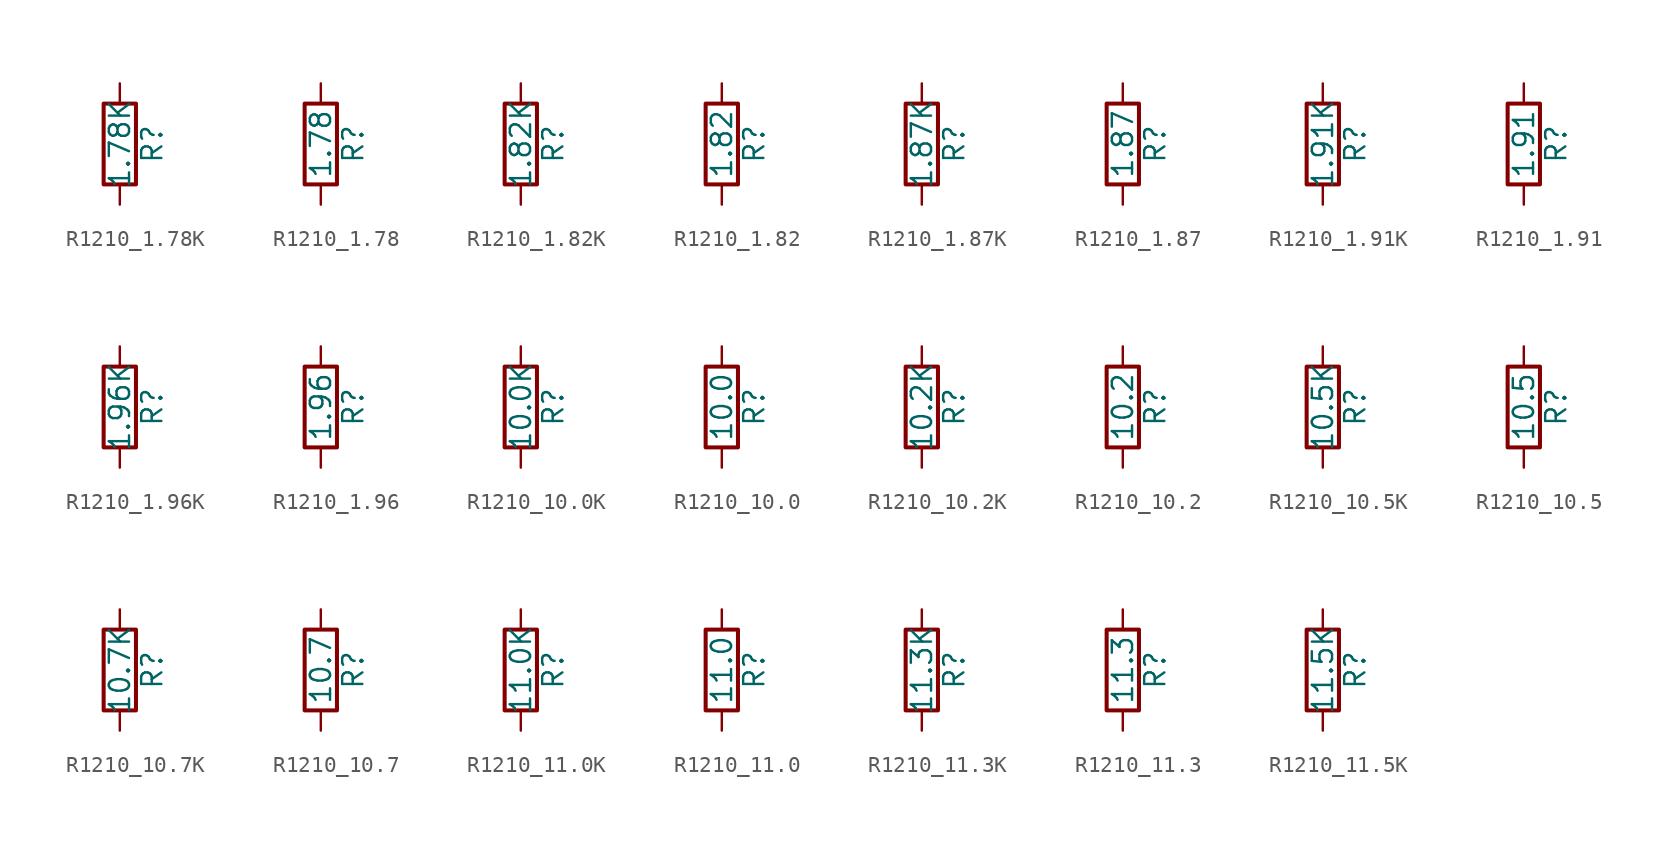
<source format=kicad_sym>
(kicad_symbol_lib
  (version 20211014)
  (generator atlantix-eda)
  (symbol "R1210_1.78K"
    (pin_numbers hide)
    (pin_names
      (offset 0))
    (property "Reference" "R"
      (at 2.032 0 90)
      (effects (font (size 1.27 1.27))))
    (property "Value" "1.78K"
      (at 0 0 90)
      (effects (font (size 1.27 1.27))))
    (symbol "R1210_1.78K_0_1"
      (rectangle (start -1.016 -2.54) (end 1.016 2.54) (stroke (width 0.254) (type default) (color 0 0 0 0)) (fill (type none))))
    (symbol "R1210_1.78K_1_1"
      (pin passive line (at 0 3.81 270) (length 1.27) (name "~" (effects (font (size 1.27 1.27)))) (number "1" (effects (font (size 1.27 1.27)))))
      (pin passive line (at 0 -3.81 90) (length 1.27) (name "~" (effects (font (size 1.27 1.27)))) (number "2" (effects (font (size 1.27 1.27)))))))
  (symbol "R1210_1.78"
    (pin_numbers hide)
    (pin_names
      (offset 0))
    (property "Reference" "R"
      (at 2.032 0 90)
      (effects (font (size 1.27 1.27))))
    (property "Value" "1.78"
      (at 0 0 90)
      (effects (font (size 1.27 1.27))))
    (symbol "R1210_1.78_0_1"
      (rectangle (start -1.016 -2.54) (end 1.016 2.54) (stroke (width 0.254) (type default) (color 0 0 0 0)) (fill (type none))))
    (symbol "R1210_1.78_1_1"
      (pin passive line (at 0 3.81 270) (length 1.27) (name "~" (effects (font (size 1.27 1.27)))) (number "1" (effects (font (size 1.27 1.27)))))
      (pin passive line (at 0 -3.81 90) (length 1.27) (name "~" (effects (font (size 1.27 1.27)))) (number "2" (effects (font (size 1.27 1.27)))))))
  (symbol "R1210_1.82K"
    (pin_numbers hide)
    (pin_names
      (offset 0))
    (property "Reference" "R"
      (at 2.032 0 90)
      (effects (font (size 1.27 1.27))))
    (property "Value" "1.82K"
      (at 0 0 90)
      (effects (font (size 1.27 1.27))))
    (symbol "R1210_1.82K_0_1"
      (rectangle (start -1.016 -2.54) (end 1.016 2.54) (stroke (width 0.254) (type default) (color 0 0 0 0)) (fill (type none))))
    (symbol "R1210_1.82K_1_1"
      (pin passive line (at 0 3.81 270) (length 1.27) (name "~" (effects (font (size 1.27 1.27)))) (number "1" (effects (font (size 1.27 1.27)))))
      (pin passive line (at 0 -3.81 90) (length 1.27) (name "~" (effects (font (size 1.27 1.27)))) (number "2" (effects (font (size 1.27 1.27)))))))
  (symbol "R1210_1.82"
    (pin_numbers hide)
    (pin_names
      (offset 0))
    (property "Reference" "R"
      (at 2.032 0 90)
      (effects (font (size 1.27 1.27))))
    (property "Value" "1.82"
      (at 0 0 90)
      (effects (font (size 1.27 1.27))))
    (symbol "R1210_1.82_0_1"
      (rectangle (start -1.016 -2.54) (end 1.016 2.54) (stroke (width 0.254) (type default) (color 0 0 0 0)) (fill (type none))))
    (symbol "R1210_1.82_1_1"
      (pin passive line (at 0 3.81 270) (length 1.27) (name "~" (effects (font (size 1.27 1.27)))) (number "1" (effects (font (size 1.27 1.27)))))
      (pin passive line (at 0 -3.81 90) (length 1.27) (name "~" (effects (font (size 1.27 1.27)))) (number "2" (effects (font (size 1.27 1.27)))))))
  (symbol "R1210_1.87K"
    (pin_numbers hide)
    (pin_names
      (offset 0))
    (property "Reference" "R"
      (at 2.032 0 90)
      (effects (font (size 1.27 1.27))))
    (property "Value" "1.87K"
      (at 0 0 90)
      (effects (font (size 1.27 1.27))))
    (symbol "R1210_1.87K_0_1"
      (rectangle (start -1.016 -2.54) (end 1.016 2.54) (stroke (width 0.254) (type default) (color 0 0 0 0)) (fill (type none))))
    (symbol "R1210_1.87K_1_1"
      (pin passive line (at 0 3.81 270) (length 1.27) (name "~" (effects (font (size 1.27 1.27)))) (number "1" (effects (font (size 1.27 1.27)))))
      (pin passive line (at 0 -3.81 90) (length 1.27) (name "~" (effects (font (size 1.27 1.27)))) (number "2" (effects (font (size 1.27 1.27)))))))
  (symbol "R1210_1.87"
    (pin_numbers hide)
    (pin_names
      (offset 0))
    (property "Reference" "R"
      (at 2.032 0 90)
      (effects (font (size 1.27 1.27))))
    (property "Value" "1.87"
      (at 0 0 90)
      (effects (font (size 1.27 1.27))))
    (symbol "R1210_1.87_0_1"
      (rectangle (start -1.016 -2.54) (end 1.016 2.54) (stroke (width 0.254) (type default) (color 0 0 0 0)) (fill (type none))))
    (symbol "R1210_1.87_1_1"
      (pin passive line (at 0 3.81 270) (length 1.27) (name "~" (effects (font (size 1.27 1.27)))) (number "1" (effects (font (size 1.27 1.27)))))
      (pin passive line (at 0 -3.81 90) (length 1.27) (name "~" (effects (font (size 1.27 1.27)))) (number "2" (effects (font (size 1.27 1.27)))))))
  (symbol "R1210_1.91K"
    (pin_numbers hide)
    (pin_names
      (offset 0))
    (property "Reference" "R"
      (at 2.032 0 90)
      (effects (font (size 1.27 1.27))))
    (property "Value" "1.91K"
      (at 0 0 90)
      (effects (font (size 1.27 1.27))))
    (symbol "R1210_1.91K_0_1"
      (rectangle (start -1.016 -2.54) (end 1.016 2.54) (stroke (width 0.254) (type default) (color 0 0 0 0)) (fill (type none))))
    (symbol "R1210_1.91K_1_1"
      (pin passive line (at 0 3.81 270) (length 1.27) (name "~" (effects (font (size 1.27 1.27)))) (number "1" (effects (font (size 1.27 1.27)))))
      (pin passive line (at 0 -3.81 90) (length 1.27) (name "~" (effects (font (size 1.27 1.27)))) (number "2" (effects (font (size 1.27 1.27)))))))
  (symbol "R1210_1.91"
    (pin_numbers hide)
    (pin_names
      (offset 0))
    (property "Reference" "R"
      (at 2.032 0 90)
      (effects (font (size 1.27 1.27))))
    (property "Value" "1.91"
      (at 0 0 90)
      (effects (font (size 1.27 1.27))))
    (symbol "R1210_1.91_0_1"
      (rectangle (start -1.016 -2.54) (end 1.016 2.54) (stroke (width 0.254) (type default) (color 0 0 0 0)) (fill (type none))))
    (symbol "R1210_1.91_1_1"
      (pin passive line (at 0 3.81 270) (length 1.27) (name "~" (effects (font (size 1.27 1.27)))) (number "1" (effects (font (size 1.27 1.27)))))
      (pin passive line (at 0 -3.81 90) (length 1.27) (name "~" (effects (font (size 1.27 1.27)))) (number "2" (effects (font (size 1.27 1.27)))))))
  (symbol "R1210_1.96K"
    (pin_numbers hide)
    (pin_names
      (offset 0))
    (property "Reference" "R"
      (at 2.032 0 90)
      (effects (font (size 1.27 1.27))))
    (property "Value" "1.96K"
      (at 0 0 90)
      (effects (font (size 1.27 1.27))))
    (symbol "R1210_1.96K_0_1"
      (rectangle (start -1.016 -2.54) (end 1.016 2.54) (stroke (width 0.254) (type default) (color 0 0 0 0)) (fill (type none))))
    (symbol "R1210_1.96K_1_1"
      (pin passive line (at 0 3.81 270) (length 1.27) (name "~" (effects (font (size 1.27 1.27)))) (number "1" (effects (font (size 1.27 1.27)))))
      (pin passive line (at 0 -3.81 90) (length 1.27) (name "~" (effects (font (size 1.27 1.27)))) (number "2" (effects (font (size 1.27 1.27)))))))
  (symbol "R1210_1.96"
    (pin_numbers hide)
    (pin_names
      (offset 0))
    (property "Reference" "R"
      (at 2.032 0 90)
      (effects (font (size 1.27 1.27))))
    (property "Value" "1.96"
      (at 0 0 90)
      (effects (font (size 1.27 1.27))))
    (symbol "R1210_1.96_0_1"
      (rectangle (start -1.016 -2.54) (end 1.016 2.54) (stroke (width 0.254) (type default) (color 0 0 0 0)) (fill (type none))))
    (symbol "R1210_1.96_1_1"
      (pin passive line (at 0 3.81 270) (length 1.27) (name "~" (effects (font (size 1.27 1.27)))) (number "1" (effects (font (size 1.27 1.27)))))
      (pin passive line (at 0 -3.81 90) (length 1.27) (name "~" (effects (font (size 1.27 1.27)))) (number "2" (effects (font (size 1.27 1.27)))))))
  (symbol "R1210_10.0K"
    (pin_numbers hide)
    (pin_names
      (offset 0))
    (property "Reference" "R"
      (at 2.032 0 90)
      (effects (font (size 1.27 1.27))))
    (property "Value" "10.0K"
      (at 0 0 90)
      (effects (font (size 1.27 1.27))))
    (symbol "R1210_10.0K_0_1"
      (rectangle (start -1.016 -2.54) (end 1.016 2.54) (stroke (width 0.254) (type default) (color 0 0 0 0)) (fill (type none))))
    (symbol "R1210_10.0K_1_1"
      (pin passive line (at 0 3.81 270) (length 1.27) (name "~" (effects (font (size 1.27 1.27)))) (number "1" (effects (font (size 1.27 1.27)))))
      (pin passive line (at 0 -3.81 90) (length 1.27) (name "~" (effects (font (size 1.27 1.27)))) (number "2" (effects (font (size 1.27 1.27)))))))
  (symbol "R1210_10.0"
    (pin_numbers hide)
    (pin_names
      (offset 0))
    (property "Reference" "R"
      (at 2.032 0 90)
      (effects (font (size 1.27 1.27))))
    (property "Value" "10.0"
      (at 0 0 90)
      (effects (font (size 1.27 1.27))))
    (symbol "R1210_10.0_0_1"
      (rectangle (start -1.016 -2.54) (end 1.016 2.54) (stroke (width 0.254) (type default) (color 0 0 0 0)) (fill (type none))))
    (symbol "R1210_10.0_1_1"
      (pin passive line (at 0 3.81 270) (length 1.27) (name "~" (effects (font (size 1.27 1.27)))) (number "1" (effects (font (size 1.27 1.27)))))
      (pin passive line (at 0 -3.81 90) (length 1.27) (name "~" (effects (font (size 1.27 1.27)))) (number "2" (effects (font (size 1.27 1.27)))))))
  (symbol "R1210_10.2K"
    (pin_numbers hide)
    (pin_names
      (offset 0))
    (property "Reference" "R"
      (at 2.032 0 90)
      (effects (font (size 1.27 1.27))))
    (property "Value" "10.2K"
      (at 0 0 90)
      (effects (font (size 1.27 1.27))))
    (symbol "R1210_10.2K_0_1"
      (rectangle (start -1.016 -2.54) (end 1.016 2.54) (stroke (width 0.254) (type default) (color 0 0 0 0)) (fill (type none))))
    (symbol "R1210_10.2K_1_1"
      (pin passive line (at 0 3.81 270) (length 1.27) (name "~" (effects (font (size 1.27 1.27)))) (number "1" (effects (font (size 1.27 1.27)))))
      (pin passive line (at 0 -3.81 90) (length 1.27) (name "~" (effects (font (size 1.27 1.27)))) (number "2" (effects (font (size 1.27 1.27)))))))
  (symbol "R1210_10.2"
    (pin_numbers hide)
    (pin_names
      (offset 0))
    (property "Reference" "R"
      (at 2.032 0 90)
      (effects (font (size 1.27 1.27))))
    (property "Value" "10.2"
      (at 0 0 90)
      (effects (font (size 1.27 1.27))))
    (symbol "R1210_10.2_0_1"
      (rectangle (start -1.016 -2.54) (end 1.016 2.54) (stroke (width 0.254) (type default) (color 0 0 0 0)) (fill (type none))))
    (symbol "R1210_10.2_1_1"
      (pin passive line (at 0 3.81 270) (length 1.27) (name "~" (effects (font (size 1.27 1.27)))) (number "1" (effects (font (size 1.27 1.27)))))
      (pin passive line (at 0 -3.81 90) (length 1.27) (name "~" (effects (font (size 1.27 1.27)))) (number "2" (effects (font (size 1.27 1.27)))))))
  (symbol "R1210_10.5K"
    (pin_numbers hide)
    (pin_names
      (offset 0))
    (property "Reference" "R"
      (at 2.032 0 90)
      (effects (font (size 1.27 1.27))))
    (property "Value" "10.5K"
      (at 0 0 90)
      (effects (font (size 1.27 1.27))))
    (symbol "R1210_10.5K_0_1"
      (rectangle (start -1.016 -2.54) (end 1.016 2.54) (stroke (width 0.254) (type default) (color 0 0 0 0)) (fill (type none))))
    (symbol "R1210_10.5K_1_1"
      (pin passive line (at 0 3.81 270) (length 1.27) (name "~" (effects (font (size 1.27 1.27)))) (number "1" (effects (font (size 1.27 1.27)))))
      (pin passive line (at 0 -3.81 90) (length 1.27) (name "~" (effects (font (size 1.27 1.27)))) (number "2" (effects (font (size 1.27 1.27)))))))
  (symbol "R1210_10.5"
    (pin_numbers hide)
    (pin_names
      (offset 0))
    (property "Reference" "R"
      (at 2.032 0 90)
      (effects (font (size 1.27 1.27))))
    (property "Value" "10.5"
      (at 0 0 90)
      (effects (font (size 1.27 1.27))))
    (symbol "R1210_10.5_0_1"
      (rectangle (start -1.016 -2.54) (end 1.016 2.54) (stroke (width 0.254) (type default) (color 0 0 0 0)) (fill (type none))))
    (symbol "R1210_10.5_1_1"
      (pin passive line (at 0 3.81 270) (length 1.27) (name "~" (effects (font (size 1.27 1.27)))) (number "1" (effects (font (size 1.27 1.27)))))
      (pin passive line (at 0 -3.81 90) (length 1.27) (name "~" (effects (font (size 1.27 1.27)))) (number "2" (effects (font (size 1.27 1.27)))))))
  (symbol "R1210_10.7K"
    (pin_numbers hide)
    (pin_names
      (offset 0))
    (property "Reference" "R"
      (at 2.032 0 90)
      (effects (font (size 1.27 1.27))))
    (property "Value" "10.7K"
      (at 0 0 90)
      (effects (font (size 1.27 1.27))))
    (symbol "R1210_10.7K_0_1"
      (rectangle (start -1.016 -2.54) (end 1.016 2.54) (stroke (width 0.254) (type default) (color 0 0 0 0)) (fill (type none))))
    (symbol "R1210_10.7K_1_1"
      (pin passive line (at 0 3.81 270) (length 1.27) (name "~" (effects (font (size 1.27 1.27)))) (number "1" (effects (font (size 1.27 1.27)))))
      (pin passive line (at 0 -3.81 90) (length 1.27) (name "~" (effects (font (size 1.27 1.27)))) (number "2" (effects (font (size 1.27 1.27)))))))
  (symbol "R1210_10.7"
    (pin_numbers hide)
    (pin_names
      (offset 0))
    (property "Reference" "R"
      (at 2.032 0 90)
      (effects (font (size 1.27 1.27))))
    (property "Value" "10.7"
      (at 0 0 90)
      (effects (font (size 1.27 1.27))))
    (symbol "R1210_10.7_0_1"
      (rectangle (start -1.016 -2.54) (end 1.016 2.54) (stroke (width 0.254) (type default) (color 0 0 0 0)) (fill (type none))))
    (symbol "R1210_10.7_1_1"
      (pin passive line (at 0 3.81 270) (length 1.27) (name "~" (effects (font (size 1.27 1.27)))) (number "1" (effects (font (size 1.27 1.27)))))
      (pin passive line (at 0 -3.81 90) (length 1.27) (name "~" (effects (font (size 1.27 1.27)))) (number "2" (effects (font (size 1.27 1.27)))))))
  (symbol "R1210_11.0K"
    (pin_numbers hide)
    (pin_names
      (offset 0))
    (property "Reference" "R"
      (at 2.032 0 90)
      (effects (font (size 1.27 1.27))))
    (property "Value" "11.0K"
      (at 0 0 90)
      (effects (font (size 1.27 1.27))))
    (symbol "R1210_11.0K_0_1"
      (rectangle (start -1.016 -2.54) (end 1.016 2.54) (stroke (width 0.254) (type default) (color 0 0 0 0)) (fill (type none))))
    (symbol "R1210_11.0K_1_1"
      (pin passive line (at 0 3.81 270) (length 1.27) (name "~" (effects (font (size 1.27 1.27)))) (number "1" (effects (font (size 1.27 1.27)))))
      (pin passive line (at 0 -3.81 90) (length 1.27) (name "~" (effects (font (size 1.27 1.27)))) (number "2" (effects (font (size 1.27 1.27)))))))
  (symbol "R1210_11.0"
    (pin_numbers hide)
    (pin_names
      (offset 0))
    (property "Reference" "R"
      (at 2.032 0 90)
      (effects (font (size 1.27 1.27))))
    (property "Value" "11.0"
      (at 0 0 90)
      (effects (font (size 1.27 1.27))))
    (symbol "R1210_11.0_0_1"
      (rectangle (start -1.016 -2.54) (end 1.016 2.54) (stroke (width 0.254) (type default) (color 0 0 0 0)) (fill (type none))))
    (symbol "R1210_11.0_1_1"
      (pin passive line (at 0 3.81 270) (length 1.27) (name "~" (effects (font (size 1.27 1.27)))) (number "1" (effects (font (size 1.27 1.27)))))
      (pin passive line (at 0 -3.81 90) (length 1.27) (name "~" (effects (font (size 1.27 1.27)))) (number "2" (effects (font (size 1.27 1.27)))))))
  (symbol "R1210_11.3K"
    (pin_numbers hide)
    (pin_names
      (offset 0))
    (property "Reference" "R"
      (at 2.032 0 90)
      (effects (font (size 1.27 1.27))))
    (property "Value" "11.3K"
      (at 0 0 90)
      (effects (font (size 1.27 1.27))))
    (symbol "R1210_11.3K_0_1"
      (rectangle (start -1.016 -2.54) (end 1.016 2.54) (stroke (width 0.254) (type default) (color 0 0 0 0)) (fill (type none))))
    (symbol "R1210_11.3K_1_1"
      (pin passive line (at 0 3.81 270) (length 1.27) (name "~" (effects (font (size 1.27 1.27)))) (number "1" (effects (font (size 1.27 1.27)))))
      (pin passive line (at 0 -3.81 90) (length 1.27) (name "~" (effects (font (size 1.27 1.27)))) (number "2" (effects (font (size 1.27 1.27)))))))
  (symbol "R1210_11.3"
    (pin_numbers hide)
    (pin_names
      (offset 0))
    (property "Reference" "R"
      (at 2.032 0 90)
      (effects (font (size 1.27 1.27))))
    (property "Value" "11.3"
      (at 0 0 90)
      (effects (font (size 1.27 1.27))))
    (symbol "R1210_11.3_0_1"
      (rectangle (start -1.016 -2.54) (end 1.016 2.54) (stroke (width 0.254) (type default) (color 0 0 0 0)) (fill (type none))))
    (symbol "R1210_11.3_1_1"
      (pin passive line (at 0 3.81 270) (length 1.27) (name "~" (effects (font (size 1.27 1.27)))) (number "1" (effects (font (size 1.27 1.27)))))
      (pin passive line (at 0 -3.81 90) (length 1.27) (name "~" (effects (font (size 1.27 1.27)))) (number "2" (effects (font (size 1.27 1.27)))))))
  (symbol "R1210_11.5K"
    (pin_numbers hide)
    (pin_names
      (offset 0))
    (property "Reference" "R"
      (at 2.032 0 90)
      (effects (font (size 1.27 1.27))))
    (property "Value" "11.5K"
      (at 0 0 90)
      (effects (font (size 1.27 1.27))))
    (symbol "R1210_11.5K_0_1"
      (rectangle (start -1.016 -2.54) (end 1.016 2.54) (stroke (width 0.254) (type default) (color 0 0 0 0)) (fill (type none))))
    (symbol "R1210_11.5K_1_1"
      (pin passive line (at 0 3.81 270) (length 1.27) (name "~" (effects (font (size 1.27 1.27)))) (number "1" (effects (font (size 1.27 1.27)))))
      (pin passive line (at 0 -3.81 90) (length 1.27) (name "~" (effects (font (size 1.27 1.27)))) (number "2" (effects (font (size 1.27 1.27))))))))
</source>
